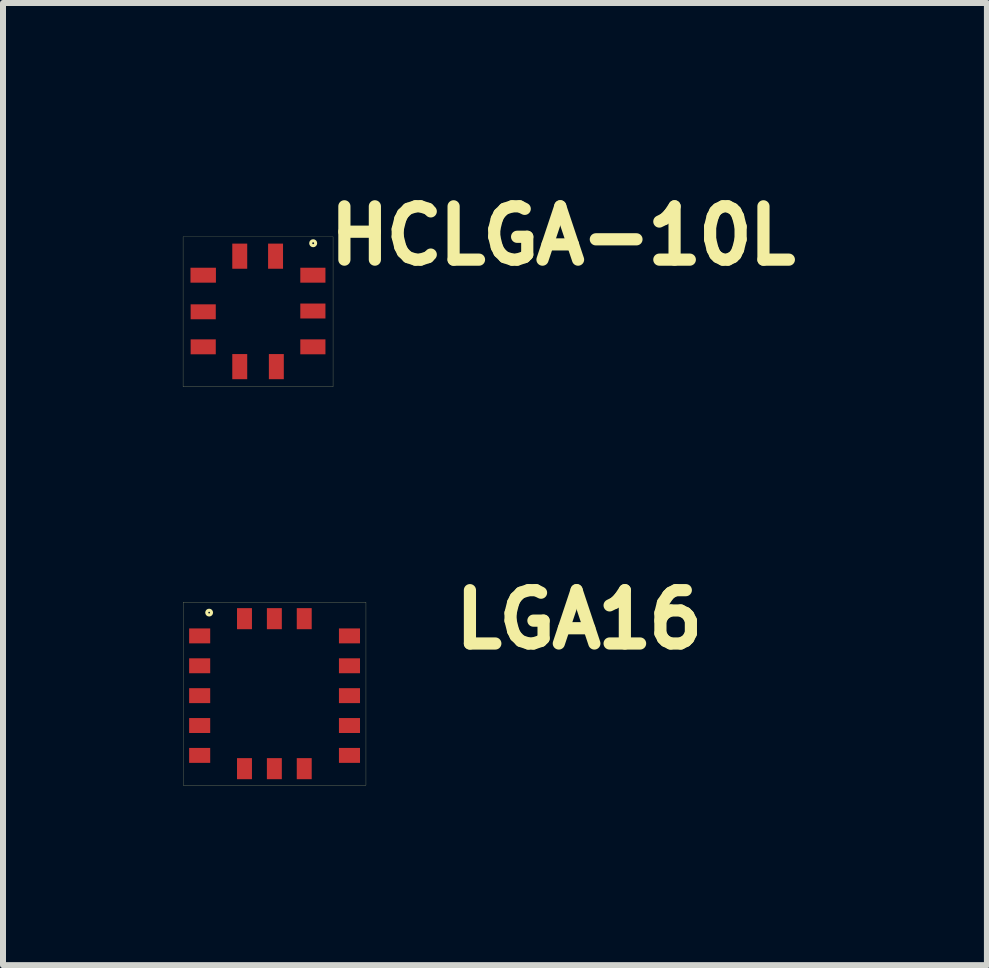
<source format=kicad_pcb>
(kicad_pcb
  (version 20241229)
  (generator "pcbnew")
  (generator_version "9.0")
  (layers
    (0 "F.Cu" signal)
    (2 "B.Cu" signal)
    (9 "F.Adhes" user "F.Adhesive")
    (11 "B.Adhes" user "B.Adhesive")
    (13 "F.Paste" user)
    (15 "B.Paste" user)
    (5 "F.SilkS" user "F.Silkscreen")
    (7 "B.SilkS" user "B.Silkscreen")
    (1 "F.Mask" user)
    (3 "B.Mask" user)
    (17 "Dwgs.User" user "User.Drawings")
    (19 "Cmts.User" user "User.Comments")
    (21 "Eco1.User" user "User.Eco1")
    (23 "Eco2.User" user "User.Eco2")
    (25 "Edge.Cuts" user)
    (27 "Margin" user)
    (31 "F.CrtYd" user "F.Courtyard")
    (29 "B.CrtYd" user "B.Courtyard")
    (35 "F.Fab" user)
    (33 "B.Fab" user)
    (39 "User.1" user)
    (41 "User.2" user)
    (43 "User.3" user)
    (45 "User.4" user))
  (footprint "HCLGA-10L"
    (layer "F.Cu")
    (at 1.251 2.147)
    (property "Reference" "HCLGA-10L" (at 5.08 -1.27 0) (layer "F.SilkS") (effects (font (size 0.889 0.889) (thickness 0.203))))
    (attr smd)
    (fp_line (start -1.25 -1.25) (end 1.25 -1.25) (stroke (width 0.003) (type solid)) (layer "F.SilkS"))
    (fp_line (start -1.25 1.25) (end -1.25 -1.25) (stroke (width 0.003) (type solid)) (layer "F.SilkS"))
    (fp_line (start 1.25 -1.25) (end 1.25 1.25) (stroke (width 0.003) (type solid)) (layer "F.SilkS"))
    (fp_line (start 1.25 1.25) (end -1.25 1.25) (stroke (width 0.003) (type solid)) (layer "F.SilkS"))
    (fp_circle (center 0.919 -1.143) (end 0.958 -1.13) (stroke (width 0.051) (type solid)) (fill no) (layer "F.SilkS"))
    (pad "1" smd rect (at 0.292 -0.927) (size 0.249 0.419) (layers "F.Cu" "F.Mask" "F.Paste"))
    (pad "2" smd rect (at -0.305 -0.927) (size 0.249 0.419) (layers "F.Cu" "F.Mask" "F.Paste"))
    (pad "3" smd rect (at -0.914 -0.61) (size 0.424 0.249) (layers "F.Cu" "F.Mask" "F.Paste"))
    (pad "4" smd rect (at -0.914 0) (size 0.419 0.249) (layers "F.Cu" "F.Mask" "F.Paste"))
    (pad "5" smd rect (at -0.914 0.584) (size 0.419 0.249) (layers "F.Cu" "F.Mask" "F.Paste"))
    (pad "6" smd rect (at -0.305 0.914) (size 0.249 0.419) (layers "F.Cu" "F.Mask" "F.Paste"))
    (pad "7" smd rect (at 0.305 0.914) (size 0.249 0.419) (layers "F.Cu" "F.Mask" "F.Paste"))
    (pad "8" smd rect (at 0.914 0.584) (size 0.419 0.249) (layers "F.Cu" "F.Mask" "F.Paste"))
    (pad "9" smd rect (at 0.914 -0.013) (size 0.419 0.249) (layers "F.Cu" "F.Mask" "F.Paste"))
    (pad "10" smd rect (at 0.914 -0.61) (size 0.419 0.249) (layers "F.Cu" "F.Mask" "F.Paste")))
  (footprint "LGA16"
    (layer "F.Cu")
    (at 1.523 8.545)
    (property "Reference" "LGA16" (at 5.08 -1.27 0) (layer "F.SilkS") (effects (font (size 0.889 0.889) (thickness 0.203))))
    (attr smd)
    (fp_line (start -1.521 -1.557) (end 1.527 -1.557) (stroke (width 0.003) (type solid)) (layer "F.SilkS"))
    (fp_line (start -1.521 1.491) (end -1.521 -1.557) (stroke (width 0.003) (type solid)) (layer "F.SilkS"))
    (fp_line (start 1.527 -1.557) (end 1.527 1.491) (stroke (width 0.003) (type solid)) (layer "F.SilkS"))
    (fp_line (start 1.527 1.491) (end -1.521 1.491) (stroke (width 0.003) (type solid)) (layer "F.SilkS"))
    (fp_circle (center -1.087 -1.384) (end -1.049 -1.372) (stroke (width 0.051) (type solid)) (fill no) (layer "F.SilkS"))
    (pad "1" smd rect (at -1.245 -0.996) (size 0.351 0.249) (layers "F.Cu" "F.Mask" "F.Paste"))
    (pad "2" smd rect (at -1.245 -0.498) (size 0.351 0.249) (layers "F.Cu" "F.Mask" "F.Paste"))
    (pad "3" smd rect (at -1.245 0) (size 0.351 0.249) (layers "F.Cu" "F.Mask" "F.Paste"))
    (pad "4" smd rect (at -1.245 0.498) (size 0.351 0.249) (layers "F.Cu" "F.Mask" "F.Paste"))
    (pad "5" smd rect (at -1.245 0.996) (size 0.351 0.249) (layers "F.Cu" "F.Mask" "F.Paste"))
    (pad "6" smd rect (at -0.498 1.217) (size 0.249 0.351) (layers "F.Cu" "F.Mask" "F.Paste"))
    (pad "7" smd rect (at 0 1.217) (size 0.249 0.351) (layers "F.Cu" "F.Mask" "F.Paste"))
    (pad "8" smd rect (at 0.498 1.217) (size 0.249 0.351) (layers "F.Cu" "F.Mask" "F.Paste"))
    (pad "9" smd rect (at 1.252 0.996) (size 0.351 0.249) (layers "F.Cu" "F.Mask" "F.Paste"))
    (pad "10" smd rect (at 1.252 0.498) (size 0.351 0.249) (layers "F.Cu" "F.Mask" "F.Paste"))
    (pad "11" smd rect (at 1.252 0) (size 0.351 0.249) (layers "F.Cu" "F.Mask" "F.Paste"))
    (pad "12" smd rect (at 1.252 -0.498) (size 0.351 0.249) (layers "F.Cu" "F.Mask" "F.Paste"))
    (pad "13" smd rect (at 1.252 -0.996) (size 0.351 0.249) (layers "F.Cu" "F.Mask" "F.Paste"))
    (pad "14" smd rect (at 0.498 -1.283) (size 0.249 0.351) (layers "F.Cu" "F.Mask" "F.Paste"))
    (pad "15" smd rect (at 0 -1.283) (size 0.249 0.351) (layers "F.Cu" "F.Mask" "F.Paste"))
    (pad "16" smd rect (at -0.498 -1.283) (size 0.249 0.351) (layers "F.Cu" "F.Mask" "F.Paste")))
  (gr_rect
    (start -3 -3)
    (end 13.4 13.037)
    (stroke (width 0.1) (type default))
    (fill no)
    (layer "Edge.Cuts")))
</source>
